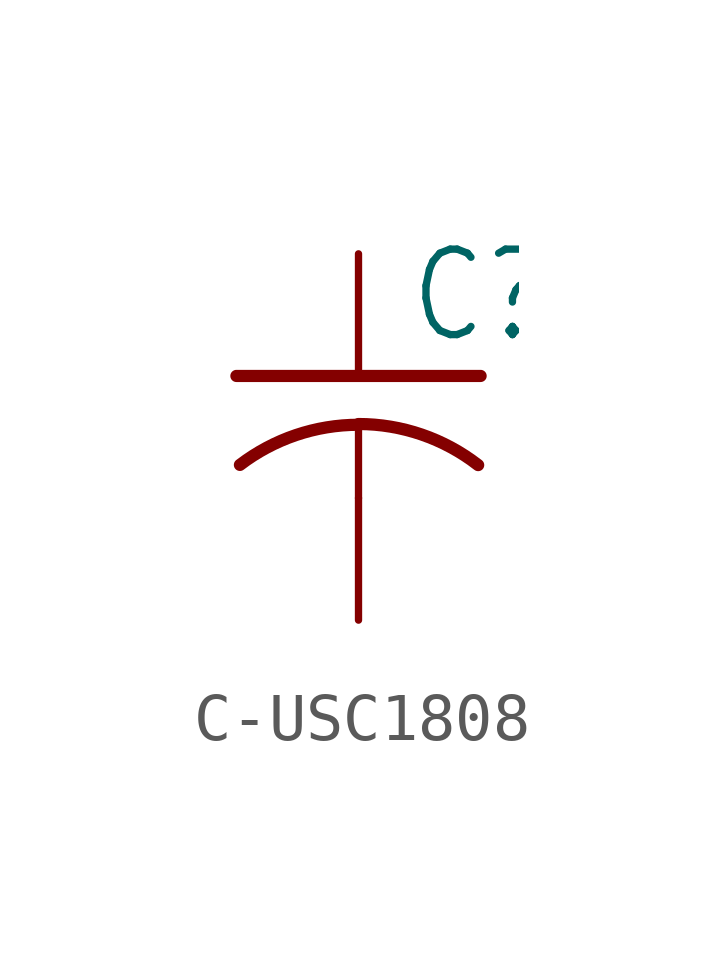
<source format=kicad_sym>
(kicad_symbol_lib
  (version 20241209)
  (generator "kicad_symbol_editor")
  (generator_version "9.0")
  (symbol "C-USC1808"
    (property "Reference" "C"
      (at 1.016 0.635 0)
      (effects (font (size 1.778 1.511)) (justify left bottom)))
    (property "Value" ""
      (at 1.016 -4.191 0)
      (effects (font (size 1.778 1.511)) (justify left bottom)))
    (property "ki_locked" ""
      (at 0 0 0)
      (effects (font (size 1.27 1.27))))
    (symbol "C-USC1808_1_0"
      (polyline (pts (xy -2.54 0) (xy 2.54 0)) (stroke (width 0.254) (type solid)) (fill (type none)))
      (polyline (pts (xy 0 -1.016) (xy 0 -2.54)) (stroke (width 0.152) (type solid)) (fill (type none)))
      (arc (start 0 -1) (mid 1.3158 -1.2195) (end 2.4892 -1.8541) (stroke (width 0.254) (type solid)) (fill (type none)))
      (arc (start -2.4668 -1.8504) (mid -1.302 -1.2303) (end 0 -1.0161) (stroke (width 0.254) (type solid)) (fill (type none)))
      (pin passive line (at 0 2.54 270) (length 2.54) (name "1" (effects (font (size 0 0)))) (number "1" (effects (font (size 0 0)))))
      (pin passive line (at 0 -5.08 90) (length 2.54) (name "2" (effects (font (size 0 0)))) (number "2" (effects (font (size 0 0))))))))
</source>
